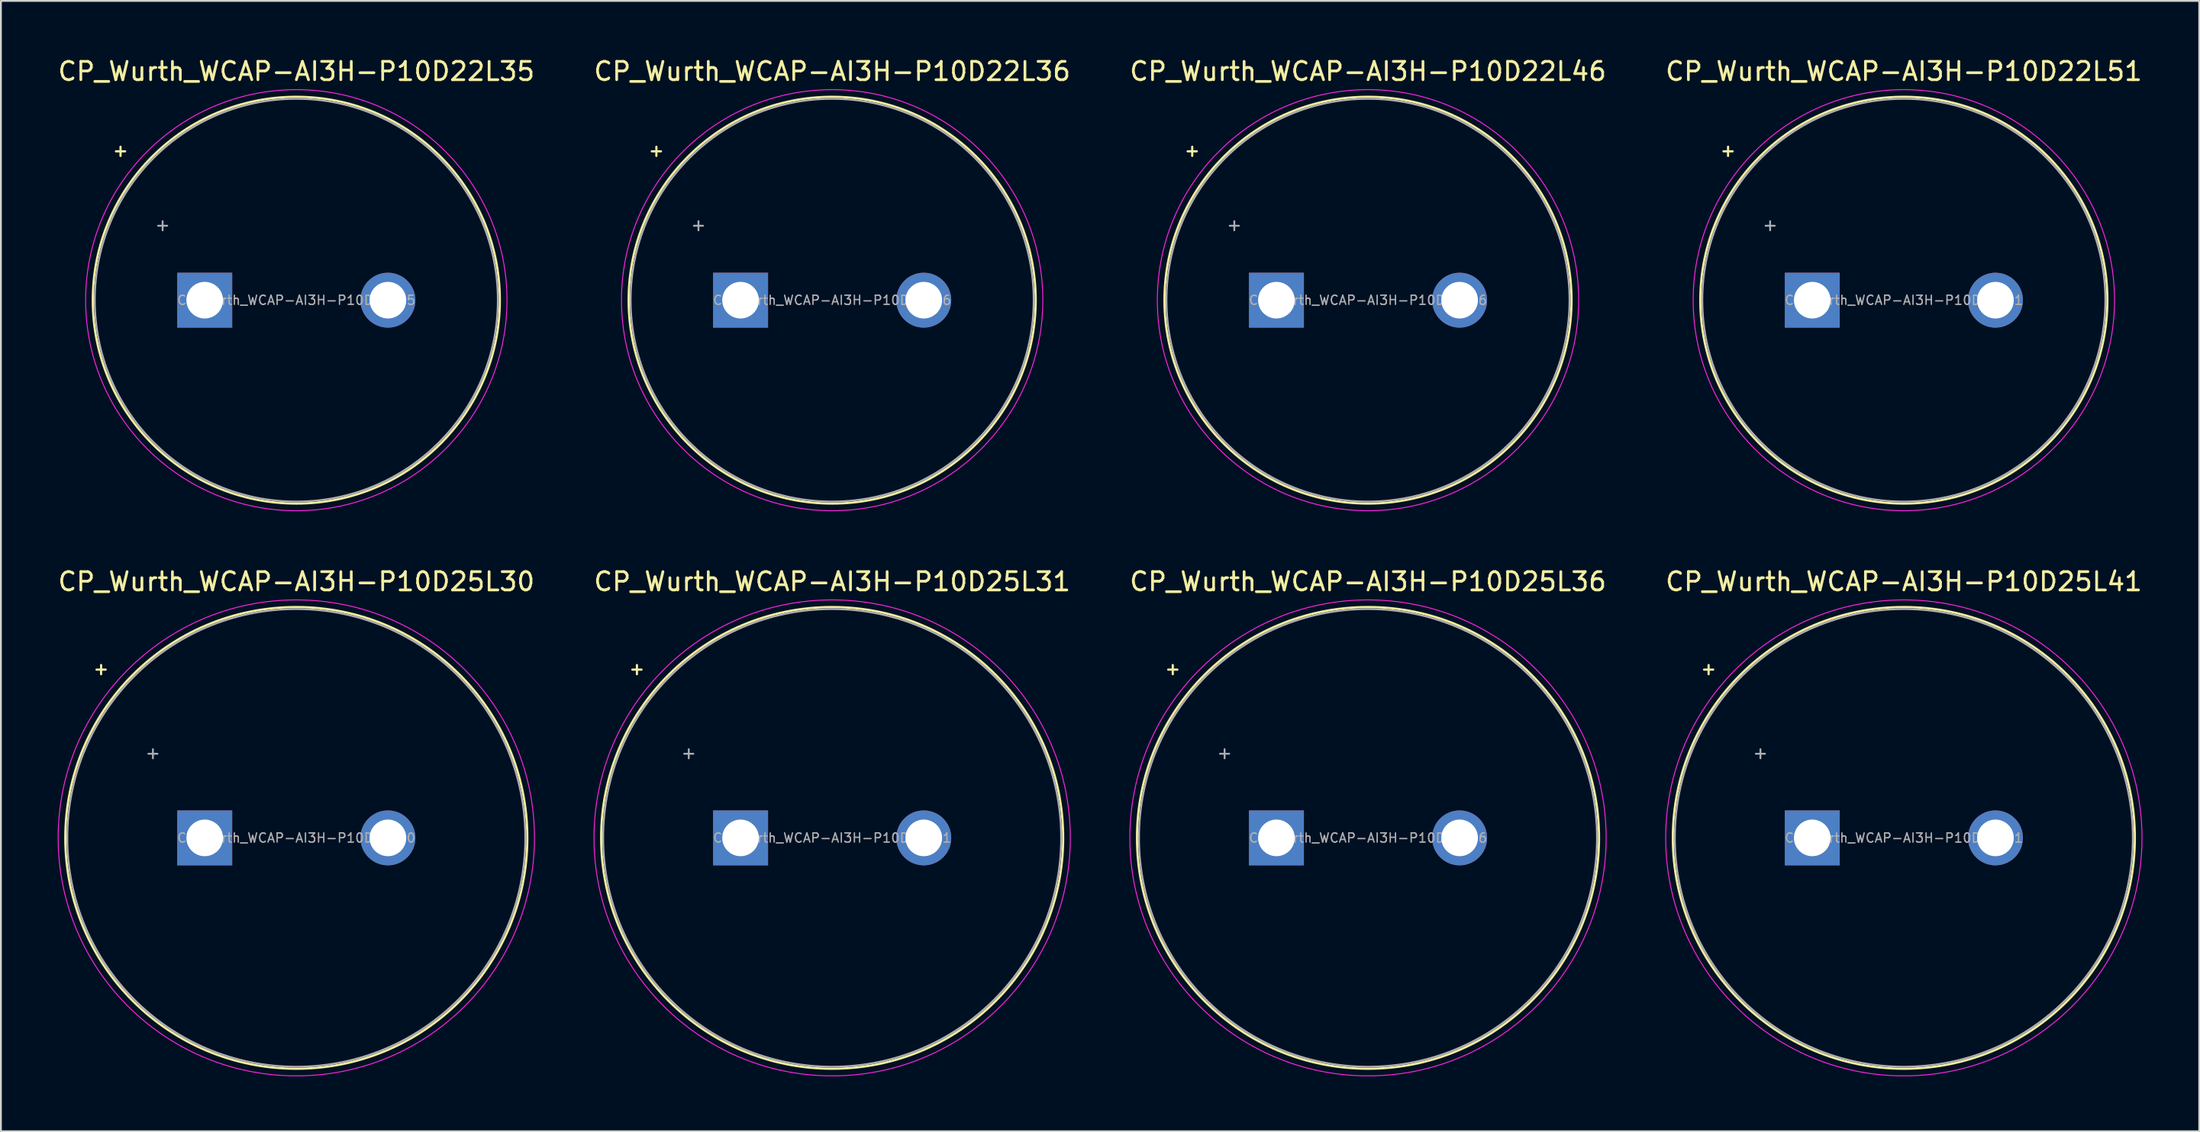
<source format=kicad_pcb>
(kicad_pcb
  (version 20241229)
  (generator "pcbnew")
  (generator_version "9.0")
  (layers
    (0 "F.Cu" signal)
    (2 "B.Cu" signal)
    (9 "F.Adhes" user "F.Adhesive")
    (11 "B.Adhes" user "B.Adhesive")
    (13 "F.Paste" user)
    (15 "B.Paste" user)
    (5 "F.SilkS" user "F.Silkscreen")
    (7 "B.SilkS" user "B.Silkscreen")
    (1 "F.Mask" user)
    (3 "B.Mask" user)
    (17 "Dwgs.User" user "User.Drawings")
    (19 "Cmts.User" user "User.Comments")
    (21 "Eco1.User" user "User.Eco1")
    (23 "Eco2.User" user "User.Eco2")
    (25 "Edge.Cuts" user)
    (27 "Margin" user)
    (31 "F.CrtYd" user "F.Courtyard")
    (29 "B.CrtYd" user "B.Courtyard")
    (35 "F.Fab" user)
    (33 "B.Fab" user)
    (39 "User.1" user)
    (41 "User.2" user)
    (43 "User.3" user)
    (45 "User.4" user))
  (footprint "CP_Wurth_WCAP-AI3H-P10D22L36"
    (layer "F.Cu")
    (at 37.375 13.348)
    (property "Reference" "CP_Wurth_WCAP-AI3H-P10D22L36" (at 5 -12.5 0) (unlocked yes) (layer "F.SilkS") (effects (font (size 1 1) (thickness 0.15))))
    (attr through_hole)
    (fp_line (start -4.846 -8.132) (end -4.346 -8.132) (stroke (width 0.12) (type solid)) (layer "F.SilkS"))
    (fp_line (start -4.596 -7.882) (end -4.596 -8.382) (stroke (width 0.12) (type solid)) (layer "F.SilkS"))
    (fp_circle (center 5 0) (end 16.11 0) (stroke (width 0.12) (type solid)) (fill no) (layer "F.SilkS"))
    (fp_circle (center 5 0) (end 16.5 0) (stroke (width 0.05) (type solid)) (fill no) (layer "F.CrtYd"))
    (fp_line (start -2.548 -4.066) (end -2.048 -4.066) (stroke (width 0.1) (type default)) (layer "F.Fab"))
    (fp_line (start -2.298 -3.816) (end -2.298 -4.316) (stroke (width 0.1) (type default)) (layer "F.Fab"))
    (fp_circle (center 5 0) (end 16 0) (stroke (width 0.1) (type solid)) (fill no) (layer "F.Fab"))
    (fp_text user "${REFERENCE}" (at 5 0 0) (unlocked yes) (layer "F.Fab") (effects (font (size 0.5 0.5) (thickness 0.075))))
    (pad "1" thru_hole rect (at 0 0) (size 3 3) (drill 2) (layers "*.Cu" "*.Mask"))
    (pad "2" thru_hole circle (at 10 0) (size 3 3) (drill 2) (layers "*.Cu" "*.Mask")))
  (footprint "CP_Wurth_WCAP-AI3H-P10D25L36"
    (layer "F.Cu")
    (at 66.625 42.721)
    (property "Reference" "CP_Wurth_WCAP-AI3H-P10D25L36" (at 5 -14 0) (unlocked yes) (layer "F.SilkS") (effects (font (size 1 1) (thickness 0.15))))
    (attr through_hole)
    (fp_line (start -5.907 -9.192) (end -5.407 -9.192) (stroke (width 0.12) (type solid)) (layer "F.SilkS"))
    (fp_line (start -5.657 -8.942) (end -5.657 -9.442) (stroke (width 0.12) (type solid)) (layer "F.SilkS"))
    (fp_circle (center 5 0) (end 17.61 0) (stroke (width 0.12) (type solid)) (fill no) (layer "F.SilkS"))
    (fp_circle (center 5 0) (end 18 0) (stroke (width 0.05) (type solid)) (fill no) (layer "F.CrtYd"))
    (fp_line (start -3.078 -4.596) (end -2.578 -4.596) (stroke (width 0.1) (type default)) (layer "F.Fab"))
    (fp_line (start -2.828 -4.346) (end -2.828 -4.846) (stroke (width 0.1) (type default)) (layer "F.Fab"))
    (fp_circle (center 5 0) (end 17.5 0) (stroke (width 0.1) (type solid)) (fill no) (layer "F.Fab"))
    (fp_text user "${REFERENCE}" (at 5 0 0) (unlocked yes) (layer "F.Fab") (effects (font (size 0.5 0.5) (thickness 0.075))))
    (pad "1" thru_hole rect (at 0 0) (size 3 3) (drill 2) (layers "*.Cu" "*.Mask"))
    (pad "2" thru_hole circle (at 10 0) (size 3 3) (drill 2) (layers "*.Cu" "*.Mask")))
  (footprint "CP_Wurth_WCAP-AI3H-P10D25L41"
    (layer "F.Cu")
    (at 95.875 42.721)
    (property "Reference" "CP_Wurth_WCAP-AI3H-P10D25L41" (at 5 -14 0) (unlocked yes) (layer "F.SilkS") (effects (font (size 1 1) (thickness 0.15))))
    (attr through_hole)
    (fp_line (start -5.907 -9.192) (end -5.407 -9.192) (stroke (width 0.12) (type solid)) (layer "F.SilkS"))
    (fp_line (start -5.657 -8.942) (end -5.657 -9.442) (stroke (width 0.12) (type solid)) (layer "F.SilkS"))
    (fp_circle (center 5 0) (end 17.61 0) (stroke (width 0.12) (type solid)) (fill no) (layer "F.SilkS"))
    (fp_circle (center 5 0) (end 18 0) (stroke (width 0.05) (type solid)) (fill no) (layer "F.CrtYd"))
    (fp_line (start -3.078 -4.596) (end -2.578 -4.596) (stroke (width 0.1) (type default)) (layer "F.Fab"))
    (fp_line (start -2.828 -4.346) (end -2.828 -4.846) (stroke (width 0.1) (type default)) (layer "F.Fab"))
    (fp_circle (center 5 0) (end 17.5 0) (stroke (width 0.1) (type solid)) (fill no) (layer "F.Fab"))
    (fp_text user "${REFERENCE}" (at 5 0 0) (unlocked yes) (layer "F.Fab") (effects (font (size 0.5 0.5) (thickness 0.075))))
    (pad "1" thru_hole rect (at 0 0) (size 3 3) (drill 2) (layers "*.Cu" "*.Mask"))
    (pad "2" thru_hole circle (at 10 0) (size 3 3) (drill 2) (layers "*.Cu" "*.Mask")))
  (footprint "CP_Wurth_WCAP-AI3H-P10D25L30"
    (layer "F.Cu")
    (at 8.125 42.721)
    (property "Reference" "CP_Wurth_WCAP-AI3H-P10D25L30" (at 5 -14 0) (unlocked yes) (layer "F.SilkS") (effects (font (size 1 1) (thickness 0.15))))
    (attr through_hole)
    (fp_line (start -5.907 -9.192) (end -5.407 -9.192) (stroke (width 0.12) (type solid)) (layer "F.SilkS"))
    (fp_line (start -5.657 -8.942) (end -5.657 -9.442) (stroke (width 0.12) (type solid)) (layer "F.SilkS"))
    (fp_circle (center 5 0) (end 17.61 0) (stroke (width 0.12) (type solid)) (fill no) (layer "F.SilkS"))
    (fp_circle (center 5 0) (end 18 0) (stroke (width 0.05) (type solid)) (fill no) (layer "F.CrtYd"))
    (fp_line (start -3.078 -4.596) (end -2.578 -4.596) (stroke (width 0.1) (type default)) (layer "F.Fab"))
    (fp_line (start -2.828 -4.346) (end -2.828 -4.846) (stroke (width 0.1) (type default)) (layer "F.Fab"))
    (fp_circle (center 5 0) (end 17.5 0) (stroke (width 0.1) (type solid)) (fill no) (layer "F.Fab"))
    (fp_text user "${REFERENCE}" (at 5 0 0) (unlocked yes) (layer "F.Fab") (effects (font (size 0.5 0.5) (thickness 0.075))))
    (pad "1" thru_hole rect (at 0 0) (size 3 3) (drill 2) (layers "*.Cu" "*.Mask"))
    (pad "2" thru_hole circle (at 10 0) (size 3 3) (drill 2) (layers "*.Cu" "*.Mask")))
  (footprint "CP_Wurth_WCAP-AI3H-P10D22L51"
    (layer "F.Cu")
    (at 95.875 13.348)
    (property "Reference" "CP_Wurth_WCAP-AI3H-P10D22L51" (at 5 -12.5 0) (unlocked yes) (layer "F.SilkS") (effects (font (size 1 1) (thickness 0.15))))
    (attr through_hole)
    (fp_line (start -4.846 -8.132) (end -4.346 -8.132) (stroke (width 0.12) (type solid)) (layer "F.SilkS"))
    (fp_line (start -4.596 -7.882) (end -4.596 -8.382) (stroke (width 0.12) (type solid)) (layer "F.SilkS"))
    (fp_circle (center 5 0) (end 16.11 0) (stroke (width 0.12) (type solid)) (fill no) (layer "F.SilkS"))
    (fp_circle (center 5 0) (end 16.5 0) (stroke (width 0.05) (type solid)) (fill no) (layer "F.CrtYd"))
    (fp_line (start -2.548 -4.066) (end -2.048 -4.066) (stroke (width 0.1) (type default)) (layer "F.Fab"))
    (fp_line (start -2.298 -3.816) (end -2.298 -4.316) (stroke (width 0.1) (type default)) (layer "F.Fab"))
    (fp_circle (center 5 0) (end 16 0) (stroke (width 0.1) (type solid)) (fill no) (layer "F.Fab"))
    (fp_text user "${REFERENCE}" (at 5 0 0) (unlocked yes) (layer "F.Fab") (effects (font (size 0.5 0.5) (thickness 0.075))))
    (pad "1" thru_hole rect (at 0 0) (size 3 3) (drill 2) (layers "*.Cu" "*.Mask"))
    (pad "2" thru_hole circle (at 10 0) (size 3 3) (drill 2) (layers "*.Cu" "*.Mask")))
  (footprint "CP_Wurth_WCAP-AI3H-P10D22L46"
    (layer "F.Cu")
    (at 66.625 13.348)
    (property "Reference" "CP_Wurth_WCAP-AI3H-P10D22L46" (at 5 -12.5 0) (unlocked yes) (layer "F.SilkS") (effects (font (size 1 1) (thickness 0.15))))
    (attr through_hole)
    (fp_line (start -4.846 -8.132) (end -4.346 -8.132) (stroke (width 0.12) (type solid)) (layer "F.SilkS"))
    (fp_line (start -4.596 -7.882) (end -4.596 -8.382) (stroke (width 0.12) (type solid)) (layer "F.SilkS"))
    (fp_circle (center 5 0) (end 16.11 0) (stroke (width 0.12) (type solid)) (fill no) (layer "F.SilkS"))
    (fp_circle (center 5 0) (end 16.5 0) (stroke (width 0.05) (type solid)) (fill no) (layer "F.CrtYd"))
    (fp_line (start -2.548 -4.066) (end -2.048 -4.066) (stroke (width 0.1) (type default)) (layer "F.Fab"))
    (fp_line (start -2.298 -3.816) (end -2.298 -4.316) (stroke (width 0.1) (type default)) (layer "F.Fab"))
    (fp_circle (center 5 0) (end 16 0) (stroke (width 0.1) (type solid)) (fill no) (layer "F.Fab"))
    (fp_text user "${REFERENCE}" (at 5 0 0) (unlocked yes) (layer "F.Fab") (effects (font (size 0.5 0.5) (thickness 0.075))))
    (pad "1" thru_hole rect (at 0 0) (size 3 3) (drill 2) (layers "*.Cu" "*.Mask"))
    (pad "2" thru_hole circle (at 10 0) (size 3 3) (drill 2) (layers "*.Cu" "*.Mask")))
  (footprint "CP_Wurth_WCAP-AI3H-P10D22L35"
    (layer "F.Cu")
    (at 8.125 13.348)
    (property "Reference" "CP_Wurth_WCAP-AI3H-P10D22L35" (at 5 -12.5 0) (unlocked yes) (layer "F.SilkS") (effects (font (size 1 1) (thickness 0.15))))
    (attr through_hole)
    (fp_line (start -4.846 -8.132) (end -4.346 -8.132) (stroke (width 0.12) (type solid)) (layer "F.SilkS"))
    (fp_line (start -4.596 -7.882) (end -4.596 -8.382) (stroke (width 0.12) (type solid)) (layer "F.SilkS"))
    (fp_circle (center 5 0) (end 16.11 0) (stroke (width 0.12) (type solid)) (fill no) (layer "F.SilkS"))
    (fp_circle (center 5 0) (end 16.5 0) (stroke (width 0.05) (type solid)) (fill no) (layer "F.CrtYd"))
    (fp_line (start -2.548 -4.066) (end -2.048 -4.066) (stroke (width 0.1) (type default)) (layer "F.Fab"))
    (fp_line (start -2.298 -3.816) (end -2.298 -4.316) (stroke (width 0.1) (type default)) (layer "F.Fab"))
    (fp_circle (center 5 0) (end 16 0) (stroke (width 0.1) (type solid)) (fill no) (layer "F.Fab"))
    (fp_text user "${REFERENCE}" (at 5 0 0) (unlocked yes) (layer "F.Fab") (effects (font (size 0.5 0.5) (thickness 0.075))))
    (pad "1" thru_hole rect (at 0 0) (size 3 3) (drill 2) (layers "*.Cu" "*.Mask"))
    (pad "2" thru_hole circle (at 10 0) (size 3 3) (drill 2) (layers "*.Cu" "*.Mask")))
  (footprint "CP_Wurth_WCAP-AI3H-P10D25L31"
    (layer "F.Cu")
    (at 37.375 42.721)
    (property "Reference" "CP_Wurth_WCAP-AI3H-P10D25L31" (at 5 -14 0) (unlocked yes) (layer "F.SilkS") (effects (font (size 1 1) (thickness 0.15))))
    (attr through_hole)
    (fp_line (start -5.907 -9.192) (end -5.407 -9.192) (stroke (width 0.12) (type solid)) (layer "F.SilkS"))
    (fp_line (start -5.657 -8.942) (end -5.657 -9.442) (stroke (width 0.12) (type solid)) (layer "F.SilkS"))
    (fp_circle (center 5 0) (end 17.61 0) (stroke (width 0.12) (type solid)) (fill no) (layer "F.SilkS"))
    (fp_circle (center 5 0) (end 18 0) (stroke (width 0.05) (type solid)) (fill no) (layer "F.CrtYd"))
    (fp_line (start -3.078 -4.596) (end -2.578 -4.596) (stroke (width 0.1) (type default)) (layer "F.Fab"))
    (fp_line (start -2.828 -4.346) (end -2.828 -4.846) (stroke (width 0.1) (type default)) (layer "F.Fab"))
    (fp_circle (center 5 0) (end 17.5 0) (stroke (width 0.1) (type solid)) (fill no) (layer "F.Fab"))
    (fp_text user "${REFERENCE}" (at 5 0 0) (unlocked yes) (layer "F.Fab") (effects (font (size 0.5 0.5) (thickness 0.075))))
    (pad "1" thru_hole rect (at 0 0) (size 3 3) (drill 2) (layers "*.Cu" "*.Mask"))
    (pad "2" thru_hole circle (at 10 0) (size 3 3) (drill 2) (layers "*.Cu" "*.Mask")))
  (gr_rect
    (start -3 -3)
    (end 117 58.746)
    (stroke (width 0.1) (type default))
    (fill no)
    (layer "Edge.Cuts")))
</source>
